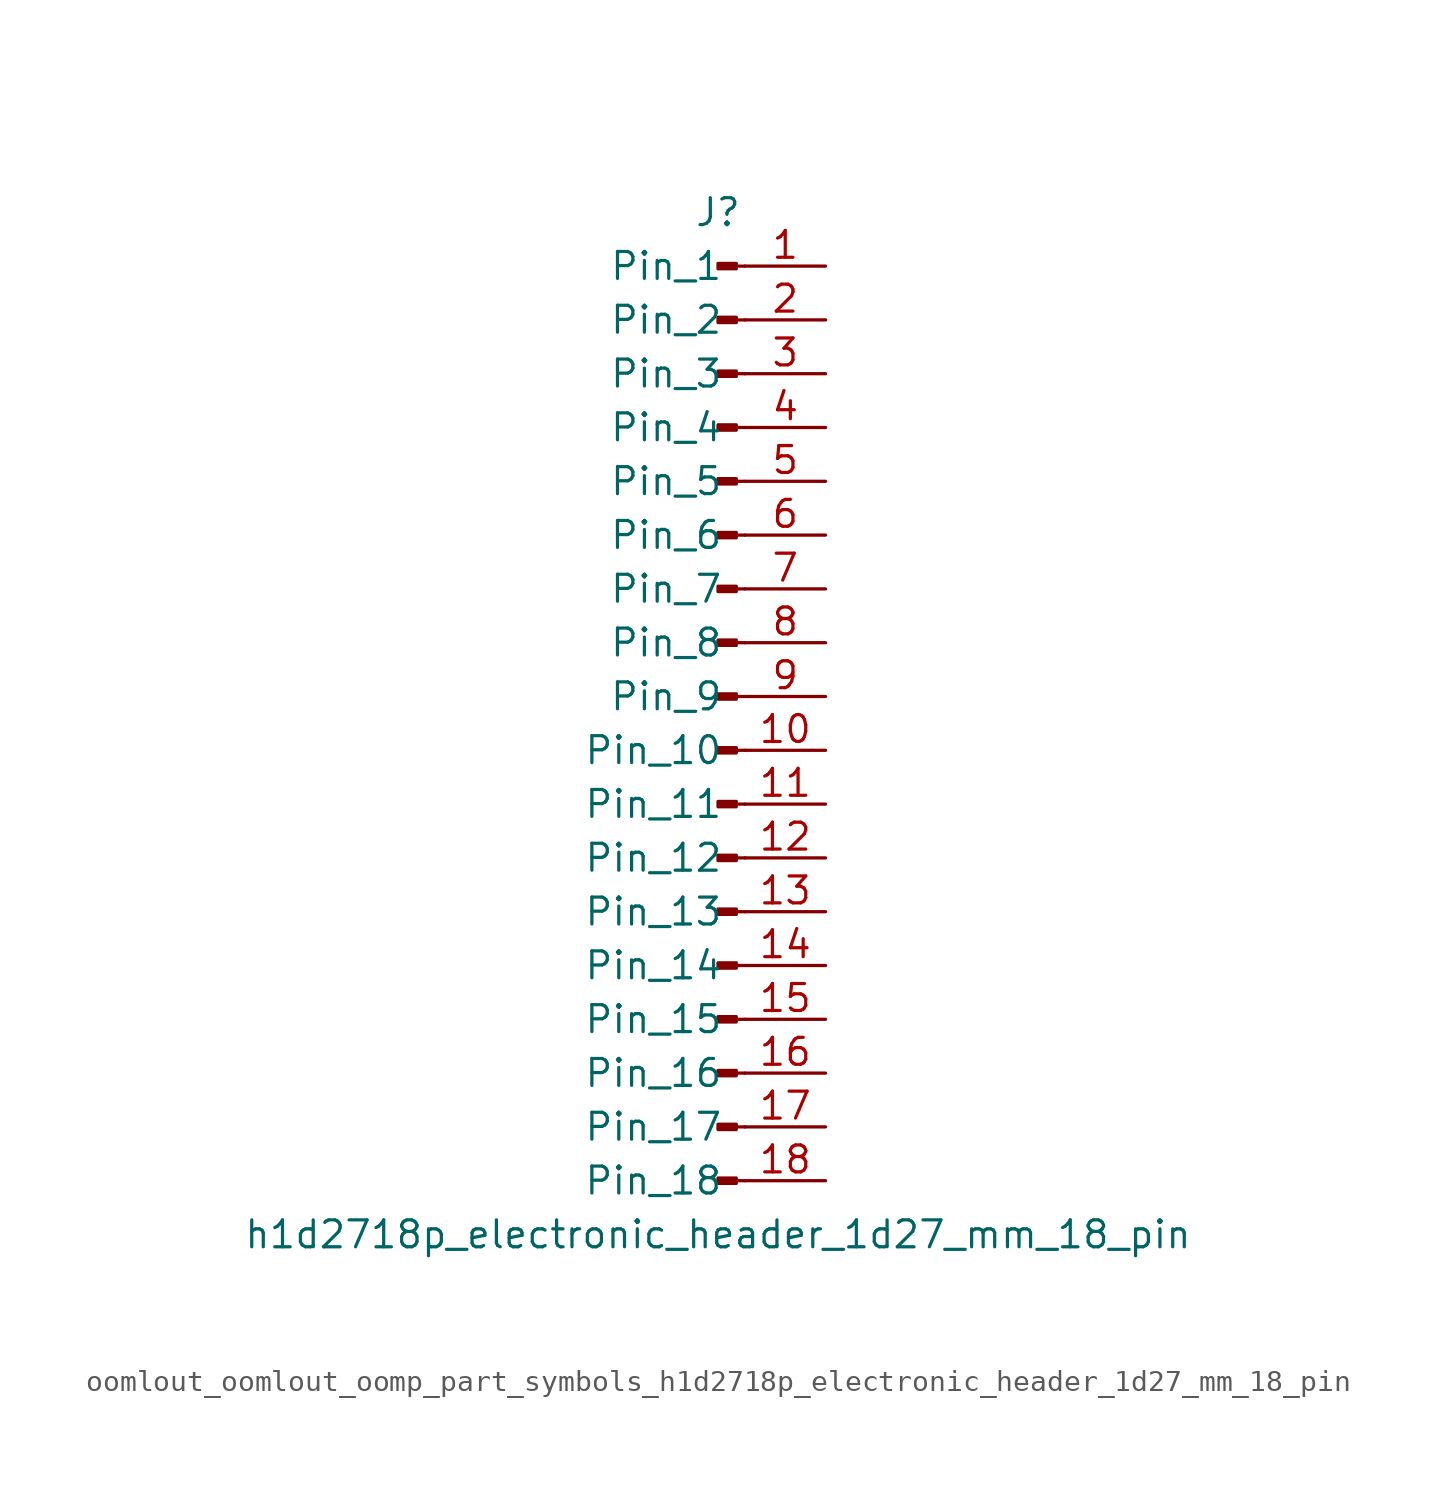
<source format=kicad_sym>
(kicad_symbol_lib
  (version 20220914)
  (generator kicad_symbol_editor)
  (symbol "oomlout_oomlout_oomp_part_symbols_h1d2718p_electronic_header_1d27_mm_18_pin"
    (pin_names
      (offset 1.016))
    (property "Reference" "J"
      (at 0 22.86 0)
      (effects (font (size 1.27 1.27))))
    (property "Value" "h1d2718p_electronic_header_1d27_mm_18_pin"
      (at 0 -25.4 0)
      (effects (font (size 1.27 1.27))))
    (property "ki_locked" ""
      (at 0 0 0)
      (effects (font (size 1.27 1.27))))
    (symbol "oomlout_oomlout_oomp_part_symbols_h1d2718p_electronic_header_1d27_mm_18_pin_1_1"
      (polyline (pts (xy 1.27 -22.86) (xy 0.864 -22.86)) (stroke (width 0.152) (type default)) (fill (type none)))
      (polyline (pts (xy 1.27 -20.32) (xy 0.864 -20.32)) (stroke (width 0.152) (type default)) (fill (type none)))
      (polyline (pts (xy 1.27 -17.78) (xy 0.864 -17.78)) (stroke (width 0.152) (type default)) (fill (type none)))
      (polyline (pts (xy 1.27 -15.24) (xy 0.864 -15.24)) (stroke (width 0.152) (type default)) (fill (type none)))
      (polyline (pts (xy 1.27 -12.7) (xy 0.864 -12.7)) (stroke (width 0.152) (type default)) (fill (type none)))
      (polyline (pts (xy 1.27 -10.16) (xy 0.864 -10.16)) (stroke (width 0.152) (type default)) (fill (type none)))
      (polyline (pts (xy 1.27 -7.62) (xy 0.864 -7.62)) (stroke (width 0.152) (type default)) (fill (type none)))
      (polyline (pts (xy 1.27 -5.08) (xy 0.864 -5.08)) (stroke (width 0.152) (type default)) (fill (type none)))
      (polyline (pts (xy 1.27 -2.54) (xy 0.864 -2.54)) (stroke (width 0.152) (type default)) (fill (type none)))
      (polyline (pts (xy 1.27 0) (xy 0.864 0)) (stroke (width 0.152) (type default)) (fill (type none)))
      (polyline (pts (xy 1.27 2.54) (xy 0.864 2.54)) (stroke (width 0.152) (type default)) (fill (type none)))
      (polyline (pts (xy 1.27 5.08) (xy 0.864 5.08)) (stroke (width 0.152) (type default)) (fill (type none)))
      (polyline (pts (xy 1.27 7.62) (xy 0.864 7.62)) (stroke (width 0.152) (type default)) (fill (type none)))
      (polyline (pts (xy 1.27 10.16) (xy 0.864 10.16)) (stroke (width 0.152) (type default)) (fill (type none)))
      (polyline (pts (xy 1.27 12.7) (xy 0.864 12.7)) (stroke (width 0.152) (type default)) (fill (type none)))
      (polyline (pts (xy 1.27 15.24) (xy 0.864 15.24)) (stroke (width 0.152) (type default)) (fill (type none)))
      (polyline (pts (xy 1.27 17.78) (xy 0.864 17.78)) (stroke (width 0.152) (type default)) (fill (type none)))
      (polyline (pts (xy 1.27 20.32) (xy 0.864 20.32)) (stroke (width 0.152) (type default)) (fill (type none)))
      (rectangle (start 0.864 -22.733) (end 0 -22.987) (stroke (width 0.152) (type default)) (fill (type outline)))
      (rectangle (start 0.864 -20.193) (end 0 -20.447) (stroke (width 0.152) (type default)) (fill (type outline)))
      (rectangle (start 0.864 -17.653) (end 0 -17.907) (stroke (width 0.152) (type default)) (fill (type outline)))
      (rectangle (start 0.864 -15.113) (end 0 -15.367) (stroke (width 0.152) (type default)) (fill (type outline)))
      (rectangle (start 0.864 -12.573) (end 0 -12.827) (stroke (width 0.152) (type default)) (fill (type outline)))
      (rectangle (start 0.864 -10.033) (end 0 -10.287) (stroke (width 0.152) (type default)) (fill (type outline)))
      (rectangle (start 0.864 -7.493) (end 0 -7.747) (stroke (width 0.152) (type default)) (fill (type outline)))
      (rectangle (start 0.864 -4.953) (end 0 -5.207) (stroke (width 0.152) (type default)) (fill (type outline)))
      (rectangle (start 0.864 -2.413) (end 0 -2.667) (stroke (width 0.152) (type default)) (fill (type outline)))
      (rectangle (start 0.864 0.127) (end 0 -0.127) (stroke (width 0.152) (type default)) (fill (type outline)))
      (rectangle (start 0.864 2.667) (end 0 2.413) (stroke (width 0.152) (type default)) (fill (type outline)))
      (rectangle (start 0.864 5.207) (end 0 4.953) (stroke (width 0.152) (type default)) (fill (type outline)))
      (rectangle (start 0.864 7.747) (end 0 7.493) (stroke (width 0.152) (type default)) (fill (type outline)))
      (rectangle (start 0.864 10.287) (end 0 10.033) (stroke (width 0.152) (type default)) (fill (type outline)))
      (rectangle (start 0.864 12.827) (end 0 12.573) (stroke (width 0.152) (type default)) (fill (type outline)))
      (rectangle (start 0.864 15.367) (end 0 15.113) (stroke (width 0.152) (type default)) (fill (type outline)))
      (rectangle (start 0.864 17.907) (end 0 17.653) (stroke (width 0.152) (type default)) (fill (type outline)))
      (rectangle (start 0.864 20.447) (end 0 20.193) (stroke (width 0.152) (type default)) (fill (type outline)))
      (pin passive line (at 5.08 20.32 180) (length 3.81) (name "Pin_1" (effects (font (size 1.27 1.27)))) (number "1" (effects (font (size 1.27 1.27)))))
      (pin passive line (at 5.08 -2.54 180) (length 3.81) (name "Pin_10" (effects (font (size 1.27 1.27)))) (number "10" (effects (font (size 1.27 1.27)))))
      (pin passive line (at 5.08 -5.08 180) (length 3.81) (name "Pin_11" (effects (font (size 1.27 1.27)))) (number "11" (effects (font (size 1.27 1.27)))))
      (pin passive line (at 5.08 -7.62 180) (length 3.81) (name "Pin_12" (effects (font (size 1.27 1.27)))) (number "12" (effects (font (size 1.27 1.27)))))
      (pin passive line (at 5.08 -10.16 180) (length 3.81) (name "Pin_13" (effects (font (size 1.27 1.27)))) (number "13" (effects (font (size 1.27 1.27)))))
      (pin passive line (at 5.08 -12.7 180) (length 3.81) (name "Pin_14" (effects (font (size 1.27 1.27)))) (number "14" (effects (font (size 1.27 1.27)))))
      (pin passive line (at 5.08 -15.24 180) (length 3.81) (name "Pin_15" (effects (font (size 1.27 1.27)))) (number "15" (effects (font (size 1.27 1.27)))))
      (pin passive line (at 5.08 -17.78 180) (length 3.81) (name "Pin_16" (effects (font (size 1.27 1.27)))) (number "16" (effects (font (size 1.27 1.27)))))
      (pin passive line (at 5.08 -20.32 180) (length 3.81) (name "Pin_17" (effects (font (size 1.27 1.27)))) (number "17" (effects (font (size 1.27 1.27)))))
      (pin passive line (at 5.08 -22.86 180) (length 3.81) (name "Pin_18" (effects (font (size 1.27 1.27)))) (number "18" (effects (font (size 1.27 1.27)))))
      (pin passive line (at 5.08 17.78 180) (length 3.81) (name "Pin_2" (effects (font (size 1.27 1.27)))) (number "2" (effects (font (size 1.27 1.27)))))
      (pin passive line (at 5.08 15.24 180) (length 3.81) (name "Pin_3" (effects (font (size 1.27 1.27)))) (number "3" (effects (font (size 1.27 1.27)))))
      (pin passive line (at 5.08 12.7 180) (length 3.81) (name "Pin_4" (effects (font (size 1.27 1.27)))) (number "4" (effects (font (size 1.27 1.27)))))
      (pin passive line (at 5.08 10.16 180) (length 3.81) (name "Pin_5" (effects (font (size 1.27 1.27)))) (number "5" (effects (font (size 1.27 1.27)))))
      (pin passive line (at 5.08 7.62 180) (length 3.81) (name "Pin_6" (effects (font (size 1.27 1.27)))) (number "6" (effects (font (size 1.27 1.27)))))
      (pin passive line (at 5.08 5.08 180) (length 3.81) (name "Pin_7" (effects (font (size 1.27 1.27)))) (number "7" (effects (font (size 1.27 1.27)))))
      (pin passive line (at 5.08 2.54 180) (length 3.81) (name "Pin_8" (effects (font (size 1.27 1.27)))) (number "8" (effects (font (size 1.27 1.27)))))
      (pin passive line (at 5.08 0 180) (length 3.81) (name "Pin_9" (effects (font (size 1.27 1.27)))) (number "9" (effects (font (size 1.27 1.27))))))))
</source>
